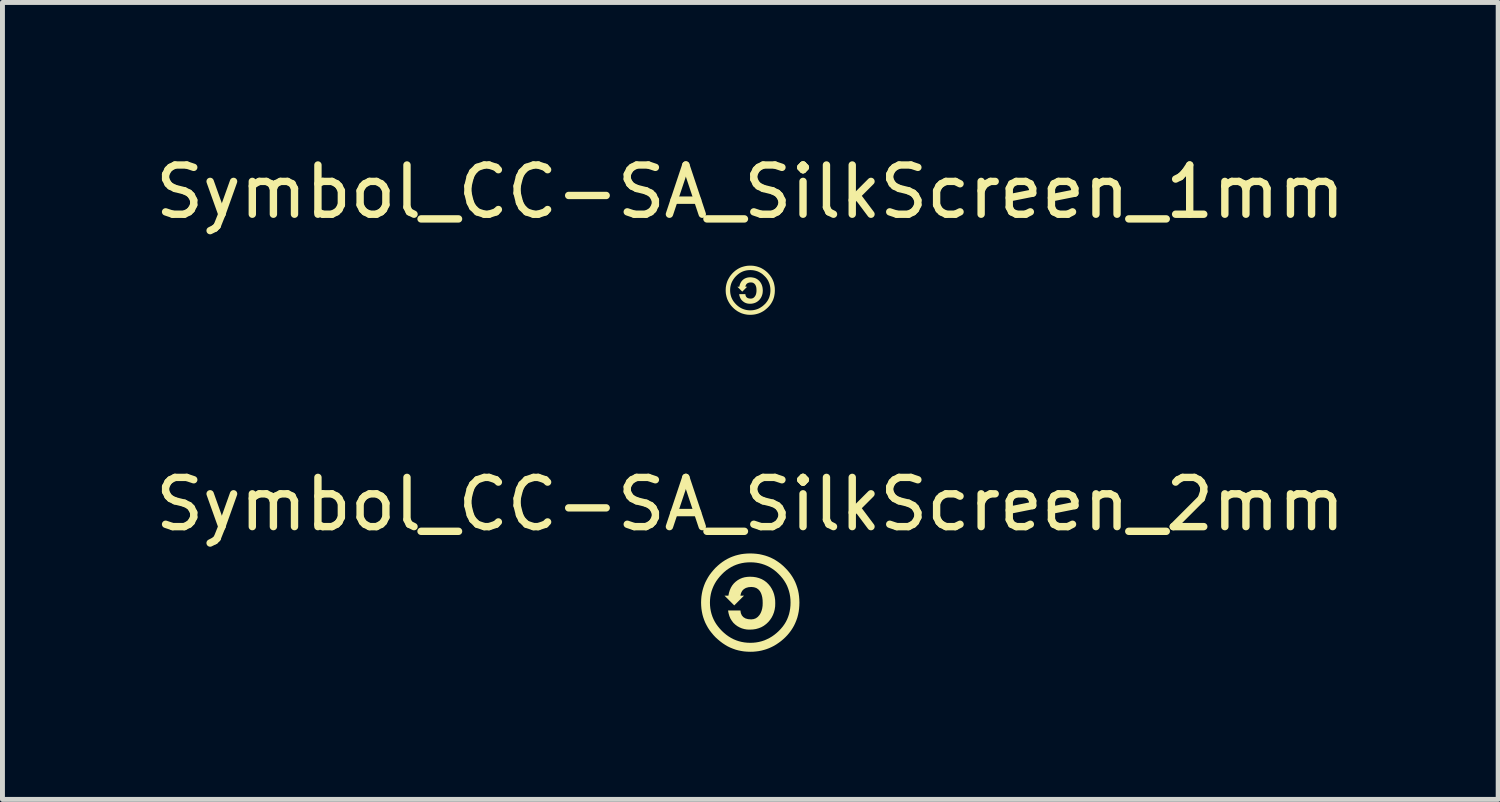
<source format=kicad_pcb>
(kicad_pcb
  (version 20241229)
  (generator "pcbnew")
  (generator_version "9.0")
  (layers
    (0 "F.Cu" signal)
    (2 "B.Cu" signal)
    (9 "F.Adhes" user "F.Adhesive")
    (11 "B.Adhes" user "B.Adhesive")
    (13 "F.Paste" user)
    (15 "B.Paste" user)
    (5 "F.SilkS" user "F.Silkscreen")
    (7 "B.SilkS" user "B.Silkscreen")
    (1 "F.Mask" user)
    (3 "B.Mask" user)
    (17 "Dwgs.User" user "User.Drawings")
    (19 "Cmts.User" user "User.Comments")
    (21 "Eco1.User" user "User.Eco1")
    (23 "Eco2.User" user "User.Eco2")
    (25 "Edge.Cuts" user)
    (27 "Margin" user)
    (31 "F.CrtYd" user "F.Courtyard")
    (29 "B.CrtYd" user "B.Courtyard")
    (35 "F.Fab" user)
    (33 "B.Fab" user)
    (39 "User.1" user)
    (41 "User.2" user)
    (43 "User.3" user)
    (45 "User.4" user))
  (footprint "Symbol_CC-SA_SilkScreen_2mm"
    (layer "F.Cu")
    (at 12.196 9.196)
    (property "Reference" "Symbol_CC-SA_SilkScreen_2mm" (at 0 -2 0) (layer "F.SilkS") (effects (font (size 1 1) (thickness 0.15))))
    (attr exclude_from_pos_files exclude_from_bom)
    (fp_poly (pts (xy -0.445 -0.142) (xy -0.433 -0.201) (xy -0.416 -0.255) (xy -0.394 -0.305) (xy -0.367 -0.35) (xy -0.334 -0.391) (xy -0.297 -0.426) (xy -0.256 -0.457) (xy -0.212 -0.482) (xy -0.165 -0.502) (xy -0.115 -0.516) (xy -0.062 -0.524) (xy -0.006 -0.527) (xy 0.059 -0.524) (xy 0.12 -0.515) (xy 0.178 -0.499) (xy 0.231 -0.478) (xy 0.281 -0.45) (xy 0.327 -0.416) (xy 0.368 -0.376) (xy 0.405 -0.331) (xy 0.436 -0.282) (xy 0.462 -0.23) (xy 0.482 -0.174) (xy 0.496 -0.115) (xy 0.505 -0.053) (xy 0.507 0.013) (xy 0.505 0.077) (xy 0.496 0.138) (xy 0.481 0.196) (xy 0.46 0.251) (xy 0.434 0.302) (xy 0.401 0.351) (xy 0.363 0.396) (xy 0.32 0.436) (xy 0.273 0.471) (xy 0.223 0.499) (xy 0.17 0.52) (xy 0.113 0.536) (xy 0.052 0.545) (xy -0.012 0.548) (xy -0.067 0.546) (xy -0.12 0.537) (xy -0.17 0.523) (xy -0.217 0.503) (xy -0.262 0.478) (xy -0.304 0.447) (xy -0.343 0.411) (xy -0.375 0.369) (xy -0.403 0.324) (xy -0.425 0.273) (xy -0.441 0.218) (xy -0.452 0.158) (xy -0.201 0.158) (xy -0.192 0.213) (xy -0.172 0.259) (xy -0.141 0.294) (xy -0.099 0.32) (xy -0.046 0.335) (xy 0.019 0.34) (xy 0.069 0.334) (xy 0.114 0.317) (xy 0.153 0.289) (xy 0.188 0.249) (xy 0.211 0.21) (xy 0.229 0.166) (xy 0.242 0.118) (xy 0.25 0.064) (xy 0.252 0.006) (xy 0.25 -0.054) (xy 0.243 -0.109) (xy 0.231 -0.157) (xy 0.215 -0.199) (xy 0.194 -0.236) (xy 0.161 -0.272) (xy 0.122 -0.298) (xy 0.076 -0.313) (xy 0.024 -0.319) (xy -0.038 -0.314) (xy -0.09 -0.299) (xy -0.132 -0.274) (xy -0.165 -0.24) (xy -0.188 -0.196) (xy -0.201 -0.142) (xy -0.128 -0.142) (xy -0.326 0.056) (xy -0.524 -0.142) (xy -0.445 -0.142)) (stroke (width 0) (type solid)) (fill yes) (layer "F.SilkS"))
    (fp_poly (pts (xy -0.003 -1) (xy 0.001 -0.82) (xy 0.062 -0.818) (xy 0.121 -0.812) (xy 0.179 -0.802) (xy 0.235 -0.788) (xy 0.289 -0.77) (xy 0.342 -0.748) (xy 0.393 -0.722) (xy 0.442 -0.692) (xy 0.489 -0.659) (xy 0.535 -0.621) (xy 0.579 -0.579) (xy 0.62 -0.535) (xy 0.658 -0.49) (xy 0.691 -0.443) (xy 0.721 -0.394) (xy 0.747 -0.343) (xy 0.768 -0.29) (xy 0.786 -0.236) (xy 0.8 -0.18) (xy 0.81 -0.122) (xy 0.816 -0.062) (xy 0.818 -0.001) (xy 0.816 0.061) (xy 0.81 0.12) (xy 0.8 0.178) (xy 0.787 0.234) (xy 0.769 0.288) (xy 0.748 0.34) (xy 0.723 0.39) (xy 0.693 0.439) (xy 0.66 0.485) (xy 0.623 0.529) (xy 0.582 0.572) (xy 0.537 0.614) (xy 0.489 0.653) (xy 0.441 0.687) (xy 0.391 0.717) (xy 0.339 0.743) (xy 0.286 0.766) (xy 0.232 0.784) (xy 0.176 0.798) (xy 0.119 0.808) (xy 0.061 0.814) (xy 0.001 0.816) (xy -0.059 0.814) (xy -0.118 0.808) (xy -0.175 0.798) (xy -0.231 0.784) (xy -0.285 0.766) (xy -0.338 0.744) (xy -0.389 0.718) (xy -0.438 0.688) (xy -0.486 0.654) (xy -0.532 0.616) (xy -0.577 0.574) (xy -0.619 0.529) (xy -0.657 0.483) (xy -0.692 0.435) (xy -0.722 0.386) (xy -0.748 0.335) (xy -0.77 0.283) (xy -0.788 0.229) (xy -0.802 0.174) (xy -0.812 0.117) (xy -0.818 0.059) (xy -0.82 -0.001) (xy -0.818 -0.06) (xy -0.812 -0.118) (xy -0.802 -0.175) (xy -0.788 -0.23) (xy -0.769 -0.284) (xy -0.747 -0.337) (xy -0.721 -0.388) (xy -0.691 -0.438) (xy -0.656 -0.486) (xy -0.618 -0.533) (xy -0.575 -0.579) (xy -0.532 -0.621) (xy -0.486 -0.659) (xy -0.439 -0.692) (xy -0.39 -0.722) (xy -0.34 -0.748) (xy -0.287 -0.77) (xy -0.233 -0.788) (xy -0.177 -0.802) (xy -0.12 -0.812) (xy -0.06 -0.818) (xy 0.001 -0.82) (xy -0.003 -1) (xy -0.065 -0.998) (xy -0.127 -0.993) (xy -0.186 -0.985) (xy -0.245 -0.972) (xy -0.302 -0.957) (xy -0.357 -0.938) (xy -0.411 -0.916) (xy -0.464 -0.89) (xy -0.515 -0.861) (xy -0.565 -0.828) (xy -0.613 -0.792) (xy -0.66 -0.752) (xy -0.706 -0.709) (xy -0.749 -0.662) (xy -0.789 -0.614) (xy -0.826 -0.565) (xy -0.859 -0.514) (xy -0.888 -0.462) (xy -0.915 -0.409) (xy -0.937 -0.355) (xy -0.956 -0.299) (xy -0.972 -0.242) (xy -0.984 -0.184) (xy -0.993 -0.124) (xy -0.998 -0.063) (xy -1 -0.001) (xy -0.998 0.062) (xy -0.993 0.123) (xy -0.984 0.182) (xy -0.972 0.241) (xy -0.956 0.298) (xy -0.937 0.353) (xy -0.915 0.407) (xy -0.888 0.46) (xy -0.859 0.512) (xy -0.826 0.562) (xy -0.789 0.61) (xy -0.749 0.658) (xy -0.706 0.704) (xy -0.659 0.747) (xy -0.611 0.787) (xy -0.562 0.824) (xy -0.512 0.857) (xy -0.461 0.887) (xy -0.408 0.913) (xy -0.354 0.935) (xy -0.298 0.955) (xy -0.242 0.97) (xy -0.184 0.982) (xy -0.125 0.991) (xy -0.064 0.996) (xy -0.003 0.998) (xy 0.056 0.997) (xy 0.113 0.992) (xy 0.169 0.985) (xy 0.225 0.974) (xy 0.279 0.96) (xy 0.331 0.944) (xy 0.383 0.924) (xy 0.434 0.901) (xy 0.483 0.876) (xy 0.531 0.847) (xy 0.578 0.815) (xy 0.624 0.781) (xy 0.669 0.743) (xy 0.713 0.702) (xy 0.755 0.658) (xy 0.794 0.611) (xy 0.829 0.564) (xy 0.861 0.515) (xy 0.89 0.464) (xy 0.915 0.411) (xy 0.937 0.357) (xy 0.956 0.302) (xy 0.971 0.244) (xy 0.983 0.185) (xy 0.991 0.125) (xy 0.996 0.063) (xy 0.998 -0.001) (xy 0.996 -0.065) (xy 0.991 -0.127) (xy 0.983 -0.187) (xy 0.971 -0.247) (xy 0.955 -0.304) (xy 0.936 -0.36) (xy 0.914 -0.415) (xy 0.888 -0.468) (xy 0.859 -0.519) (xy 0.826 -0.569) (xy 0.79 -0.617) (xy 0.75 -0.664) (xy 0.707 -0.709) (xy 0.662 -0.752) (xy 0.615 -0.792) (xy 0.566 -0.828) (xy 0.516 -0.861) (xy 0.465 -0.89) (xy 0.412 -0.916) (xy 0.357 -0.938) (xy 0.301 -0.957) (xy 0.243 -0.972) (xy 0.184 -0.985) (xy 0.123 -0.993) (xy 0.061 -0.998) (xy -0.003 -1)) (stroke (width 0) (type solid)) (fill yes) (layer "F.SilkS")))
  (footprint "Symbol_CC-SA_SilkScreen_1mm"
    (layer "F.Cu")
    (at 12.196 2.848)
    (property "Reference" "Symbol_CC-SA_SilkScreen_1mm" (at 0 -2 0) (layer "F.SilkS") (effects (font (size 1 1) (thickness 0.15))))
    (attr exclude_from_pos_files exclude_from_bom)
    (fp_poly (pts (xy -0.223 -0.071) (xy -0.217 -0.1) (xy -0.208 -0.128) (xy -0.197 -0.152) (xy -0.183 -0.175) (xy -0.167 -0.195) (xy -0.149 -0.213) (xy -0.128 -0.229) (xy -0.106 -0.241) (xy -0.082 -0.251) (xy -0.057 -0.258) (xy -0.031 -0.262) (xy -0.003 -0.264) (xy 0.029 -0.262) (xy 0.06 -0.257) (xy 0.089 -0.25) (xy 0.116 -0.239) (xy 0.14 -0.225) (xy 0.163 -0.208) (xy 0.184 -0.188) (xy 0.203 -0.165) (xy 0.218 -0.141) (xy 0.231 -0.115) (xy 0.241 -0.087) (xy 0.248 -0.058) (xy 0.252 -0.026) (xy 0.254 0.007) (xy 0.252 0.039) (xy 0.248 0.069) (xy 0.24 0.098) (xy 0.23 0.125) (xy 0.217 0.151) (xy 0.201 0.175) (xy 0.182 0.198) (xy 0.16 0.218) (xy 0.137 0.235) (xy 0.112 0.249) (xy 0.085 0.26) (xy 0.056 0.268) (xy 0.026 0.273) (xy -0.006 0.274) (xy -0.033 0.273) (xy -0.06 0.269) (xy -0.085 0.262) (xy -0.109 0.252) (xy -0.131 0.239) (xy -0.152 0.223) (xy -0.171 0.205) (xy -0.188 0.185) (xy -0.201 0.162) (xy -0.212 0.137) (xy -0.221 0.109) (xy -0.226 0.079) (xy -0.1 0.079) (xy -0.096 0.107) (xy -0.086 0.129) (xy -0.071 0.147) (xy -0.05 0.16) (xy -0.023 0.167) (xy 0.009 0.17) (xy 0.034 0.167) (xy 0.057 0.159) (xy 0.077 0.144) (xy 0.094 0.124) (xy 0.106 0.105) (xy 0.115 0.083) (xy 0.121 0.059) (xy 0.125 0.032) (xy 0.126 0.003) (xy 0.125 -0.027) (xy 0.122 -0.054) (xy 0.116 -0.079) (xy 0.107 -0.1) (xy 0.097 -0.118) (xy 0.08 -0.136) (xy 0.061 -0.149) (xy 0.038 -0.157) (xy 0.012 -0.159) (xy -0.019 -0.157) (xy -0.045 -0.149) (xy -0.066 -0.137) (xy -0.082 -0.12) (xy -0.094 -0.098) (xy -0.1 -0.071) (xy -0.064 -0.071) (xy -0.163 0.028) (xy -0.262 -0.071) (xy -0.223 -0.071)) (stroke (width 0) (type solid)) (fill yes) (layer "F.SilkS"))
    (fp_poly (pts (xy -0.001 -0.5) (xy 0.000418 -0.41) (xy 0.031 -0.409) (xy 0.061 -0.406) (xy 0.089 -0.401) (xy 0.117 -0.394) (xy 0.145 -0.385) (xy 0.171 -0.374) (xy 0.196 -0.361) (xy 0.221 -0.346) (xy 0.245 -0.329) (xy 0.267 -0.31) (xy 0.289 -0.289) (xy 0.31 -0.268) (xy 0.329 -0.245) (xy 0.346 -0.221) (xy 0.361 -0.197) (xy 0.373 -0.171) (xy 0.384 -0.145) (xy 0.393 -0.118) (xy 0.4 -0.09) (xy 0.405 -0.061) (xy 0.408 -0.031) (xy 0.409 -0.000467) (xy 0.408 0.03) (xy 0.405 0.06) (xy 0.4 0.089) (xy 0.393 0.117) (xy 0.385 0.144) (xy 0.374 0.17) (xy 0.361 0.195) (xy 0.347 0.219) (xy 0.33 0.242) (xy 0.312 0.265) (xy 0.291 0.286) (xy 0.268 0.307) (xy 0.245 0.326) (xy 0.22 0.343) (xy 0.195 0.359) (xy 0.17 0.372) (xy 0.143 0.383) (xy 0.116 0.392) (xy 0.088 0.399) (xy 0.06 0.404) (xy 0.03 0.407) (xy 0.000387 0.408) (xy -0.03 0.407) (xy -0.059 0.404) (xy -0.088 0.399) (xy -0.115 0.392) (xy -0.142 0.383) (xy -0.169 0.372) (xy -0.194 0.359) (xy -0.219 0.344) (xy -0.243 0.327) (xy -0.266 0.308) (xy -0.289 0.287) (xy -0.31 0.264) (xy -0.329 0.241) (xy -0.346 0.218) (xy -0.361 0.193) (xy -0.374 0.168) (xy -0.385 0.142) (xy -0.394 0.115) (xy -0.401 0.087) (xy -0.406 0.059) (xy -0.409 0.029) (xy -0.41 -0.000467) (xy -0.409 -0.03) (xy -0.406 -0.059) (xy -0.401 -0.087) (xy -0.394 -0.115) (xy -0.385 -0.142) (xy -0.374 -0.168) (xy -0.36 -0.194) (xy -0.345 -0.219) (xy -0.328 -0.243) (xy -0.309 -0.267) (xy -0.288 -0.289) (xy -0.266 -0.31) (xy -0.243 -0.329) (xy -0.22 -0.346) (xy -0.195 -0.361) (xy -0.17 -0.374) (xy -0.144 -0.385) (xy -0.117 -0.394) (xy -0.089 -0.401) (xy -0.06 -0.406) (xy -0.03 -0.409) (xy 0.000418 -0.41) (xy -0.001 -0.5) (xy -0.033 -0.499) (xy -0.063 -0.497) (xy -0.093 -0.492) (xy -0.122 -0.486) (xy -0.151 -0.478) (xy -0.179 -0.469) (xy -0.206 -0.458) (xy -0.232 -0.445) (xy -0.258 -0.43) (xy -0.282 -0.414) (xy -0.307 -0.396) (xy -0.33 -0.376) (xy -0.353 -0.355) (xy -0.375 -0.331) (xy -0.395 -0.307) (xy -0.413 -0.283) (xy -0.429 -0.257) (xy -0.444 -0.231) (xy -0.457 -0.205) (xy -0.469 -0.177) (xy -0.478 -0.15) (xy -0.486 -0.121) (xy -0.492 -0.092) (xy -0.497 -0.062) (xy -0.499 -0.032) (xy -0.5 -0.000436) (xy -0.499 0.031) (xy -0.497 0.061) (xy -0.492 0.091) (xy -0.486 0.12) (xy -0.478 0.149) (xy -0.469 0.177) (xy -0.457 0.204) (xy -0.444 0.23) (xy -0.429 0.256) (xy -0.413 0.281) (xy -0.395 0.305) (xy -0.375 0.329) (xy -0.353 0.352) (xy -0.33 0.374) (xy -0.306 0.394) (xy -0.281 0.412) (xy -0.256 0.429) (xy -0.23 0.443) (xy -0.204 0.456) (xy -0.177 0.468) (xy -0.149 0.477) (xy -0.121 0.485) (xy -0.092 0.491) (xy -0.062 0.496) (xy -0.032 0.498) (xy -0.001 0.499) (xy 0.028 0.498) (xy 0.057 0.496) (xy 0.085 0.492) (xy 0.112 0.487) (xy 0.139 0.48) (xy 0.166 0.472) (xy 0.192 0.462) (xy 0.217 0.451) (xy 0.241 0.438) (xy 0.266 0.424) (xy 0.289 0.408) (xy 0.312 0.39) (xy 0.334 0.371) (xy 0.356 0.351) (xy 0.377 0.329) (xy 0.397 0.306) (xy 0.415 0.282) (xy 0.431 0.257) (xy 0.445 0.232) (xy 0.458 0.206) (xy 0.469 0.179) (xy 0.478 0.151) (xy 0.486 0.122) (xy 0.491 0.093) (xy 0.496 0.062) (xy 0.498 0.031) (xy 0.499 -0.000467) (xy 0.498 -0.032) (xy 0.496 -0.063) (xy 0.491 -0.094) (xy 0.485 -0.123) (xy 0.478 -0.152) (xy 0.468 -0.18) (xy 0.457 -0.207) (xy 0.444 -0.234) (xy 0.429 -0.26) (xy 0.413 -0.284) (xy 0.395 -0.309) (xy 0.375 -0.332) (xy 0.354 -0.355) (xy 0.331 -0.376) (xy 0.307 -0.396) (xy 0.283 -0.414) (xy 0.258 -0.43) (xy 0.232 -0.445) (xy 0.206 -0.458) (xy 0.178 -0.469) (xy 0.15 -0.478) (xy 0.122 -0.486) (xy 0.092 -0.492) (xy 0.062 -0.497) (xy 0.031 -0.499) (xy -0.001 -0.5)) (stroke (width 0) (type solid)) (fill yes) (layer "F.SilkS")))
  (gr_rect
    (start -3 -3)
    (end 27.393 13.194)
    (stroke (width 0.1) (type default))
    (fill no)
    (layer "Edge.Cuts")))
</source>
